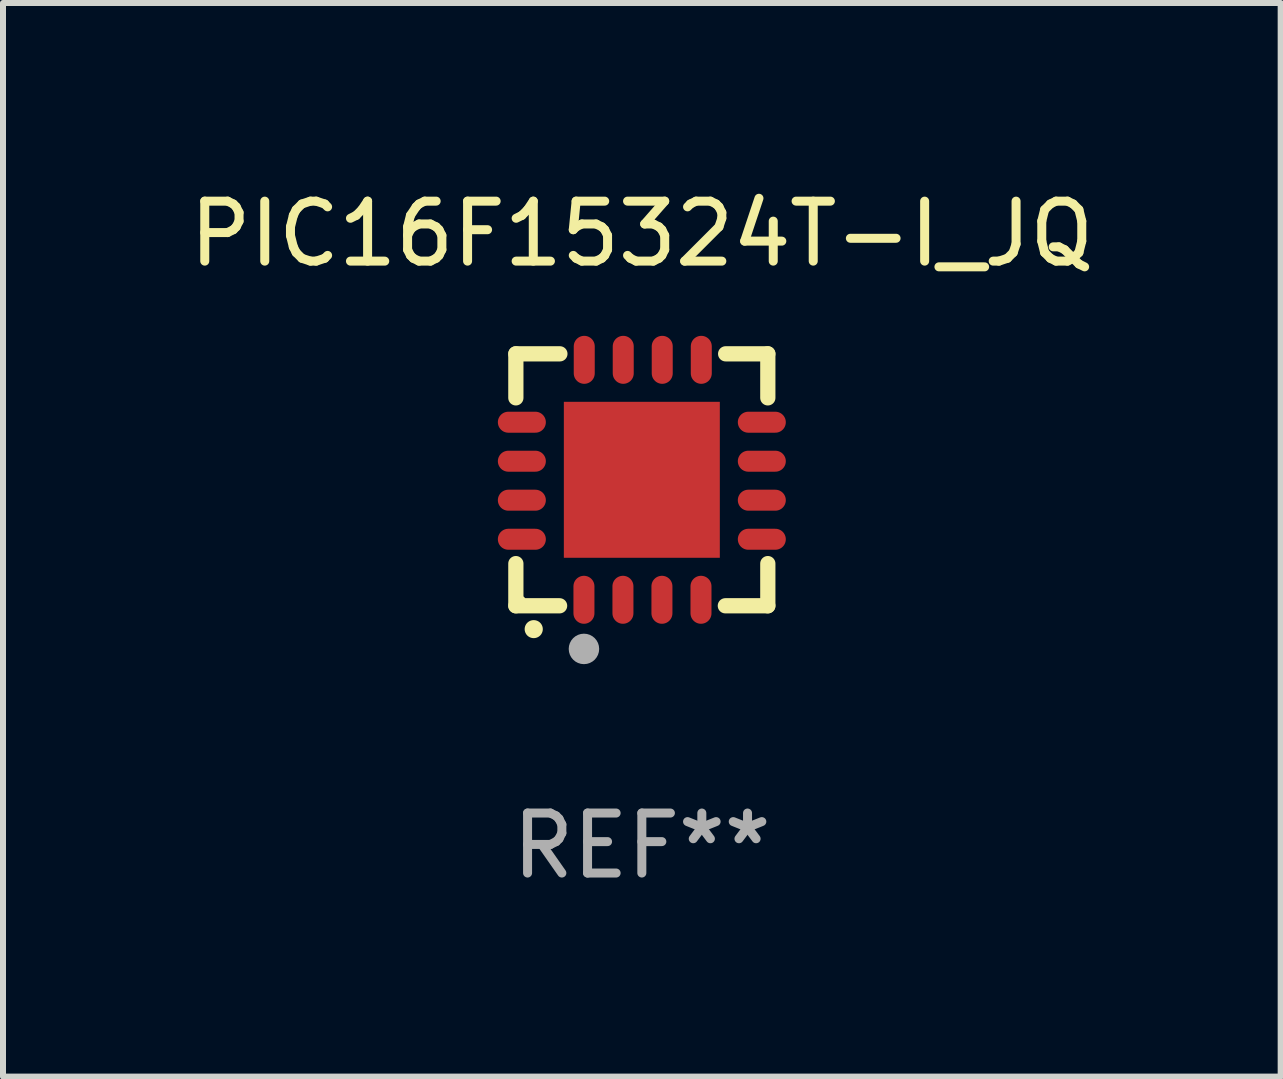
<source format=kicad_pcb>
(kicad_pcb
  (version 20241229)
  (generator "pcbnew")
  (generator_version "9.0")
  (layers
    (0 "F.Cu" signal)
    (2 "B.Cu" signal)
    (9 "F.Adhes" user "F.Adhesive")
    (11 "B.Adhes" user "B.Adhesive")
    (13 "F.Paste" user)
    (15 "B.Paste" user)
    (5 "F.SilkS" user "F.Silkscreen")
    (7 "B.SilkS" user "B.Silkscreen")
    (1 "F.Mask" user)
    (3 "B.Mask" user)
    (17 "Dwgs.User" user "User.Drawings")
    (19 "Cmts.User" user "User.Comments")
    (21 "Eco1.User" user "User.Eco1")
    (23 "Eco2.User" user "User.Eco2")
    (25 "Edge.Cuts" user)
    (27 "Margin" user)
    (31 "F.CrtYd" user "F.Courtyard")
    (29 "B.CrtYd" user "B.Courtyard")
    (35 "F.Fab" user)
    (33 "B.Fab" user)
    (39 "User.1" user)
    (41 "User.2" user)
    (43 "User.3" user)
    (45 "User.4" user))
  (footprint "PIC16F15324T-I_JQ"
    (layer "F.Cu")
    (at 7.649 4.948)
    (property "Reference" "PIC16F15324T-I_JQ" (at 0 -4.1 0) (layer "F.SilkS") (effects (font (size 1 1) (thickness 0.15))))
    (attr through_hole)
    (fp_line (start -2.1 -2.1) (end -1.366 -2.1) (stroke (width 0.254) (type solid)) (layer "F.SilkS"))
    (fp_line (start -2.1 -1.366) (end -2.1 -2.1) (stroke (width 0.254) (type solid)) (layer "F.SilkS"))
    (fp_line (start -2.1 2.1) (end -2.1 1.397) (stroke (width 0.254) (type solid)) (layer "F.SilkS"))
    (fp_line (start -2.1 2.1) (end -1.371 2.1) (stroke (width 0.254) (type solid)) (layer "F.SilkS"))
    (fp_line (start 1.392 2.1) (end 2.1 2.1) (stroke (width 0.254) (type solid)) (layer "F.SilkS"))
    (fp_line (start 1.397 -2.1) (end 2.1 -2.1) (stroke (width 0.254) (type solid)) (layer "F.SilkS"))
    (fp_line (start 2.1 -1.366) (end 2.1 -2.1) (stroke (width 0.254) (type solid)) (layer "F.SilkS"))
    (fp_line (start 2.1 2.1) (end 2.1 1.397) (stroke (width 0.254) (type solid)) (layer "F.SilkS"))
    (fp_arc (start -1.803404 2.489205) (mid -1.802134 2.4892) (end -1.800864 2.489205) (stroke (width 0.3) (type solid)) (layer "F.SilkS"))
    (fp_circle (center -2 2) (end -1.97 2) (stroke (width 0.06) (type solid)) (fill no) (layer "F.SilkS"))
    (fp_circle (center -0.965 2.819) (end -0.838 2.819) (stroke (width 0.254) (type solid)) (fill no) (layer "F.Fab"))
    (fp_text user "REF**" (at 0 6.1 0) (layer "F.Fab") (effects (font (size 1 1) (thickness 0.15))))
    (pad "1" smd oval (at -0.965 2) (size 0.35 0.8) (layers "F.Cu" "F.Mask" "F.Paste"))
    (pad "2" smd oval (at -0.315 2) (size 0.35 0.8) (layers "F.Cu" "F.Mask" "F.Paste"))
    (pad "3" smd oval (at 0.335 2) (size 0.35 0.8) (layers "F.Cu" "F.Mask" "F.Paste"))
    (pad "4" smd oval (at 0.986 2) (size 0.35 0.8) (layers "F.Cu" "F.Mask" "F.Paste"))
    (pad "5" smd oval (at 2 0.991 90) (size 0.35 0.8) (layers "F.Cu" "F.Mask" "F.Paste"))
    (pad "6" smd oval (at 2 0.34 90) (size 0.35 0.8) (layers "F.Cu" "F.Mask" "F.Paste"))
    (pad "7" smd oval (at 2 -0.31 90) (size 0.35 0.8) (layers "F.Cu" "F.Mask" "F.Paste"))
    (pad "8" smd oval (at 2 -0.96 90) (size 0.35 0.8) (layers "F.Cu" "F.Mask" "F.Paste"))
    (pad "9" smd oval (at 0.991 -2) (size 0.35 0.8) (layers "F.Cu" "F.Mask" "F.Paste"))
    (pad "10" smd oval (at 0.34 -2) (size 0.35 0.8) (layers "F.Cu" "F.Mask" "F.Paste"))
    (pad "11" smd oval (at -0.31 -2) (size 0.35 0.8) (layers "F.Cu" "F.Mask" "F.Paste"))
    (pad "12" smd oval (at -0.96 -2) (size 0.35 0.8) (layers "F.Cu" "F.Mask" "F.Paste"))
    (pad "13" smd oval (at -2 -0.96 90) (size 0.35 0.8) (layers "F.Cu" "F.Mask" "F.Paste"))
    (pad "14" smd oval (at -2 -0.31 90) (size 0.35 0.8) (layers "F.Cu" "F.Mask" "F.Paste"))
    (pad "15" smd oval (at -2 0.34 90) (size 0.35 0.8) (layers "F.Cu" "F.Mask" "F.Paste"))
    (pad "16" smd oval (at -2 0.991 90) (size 0.35 0.8) (layers "F.Cu" "F.Mask" "F.Paste"))
    (pad "17" smd rect (at 0 0 90) (size 2.6 2.6) (layers "F.Cu" "F.Mask" "F.Paste")))
  (gr_rect
    (start -3 -3)
    (end 18.298 14.896)
    (stroke (width 0.1) (type default))
    (fill no)
    (layer "Edge.Cuts")))
</source>
